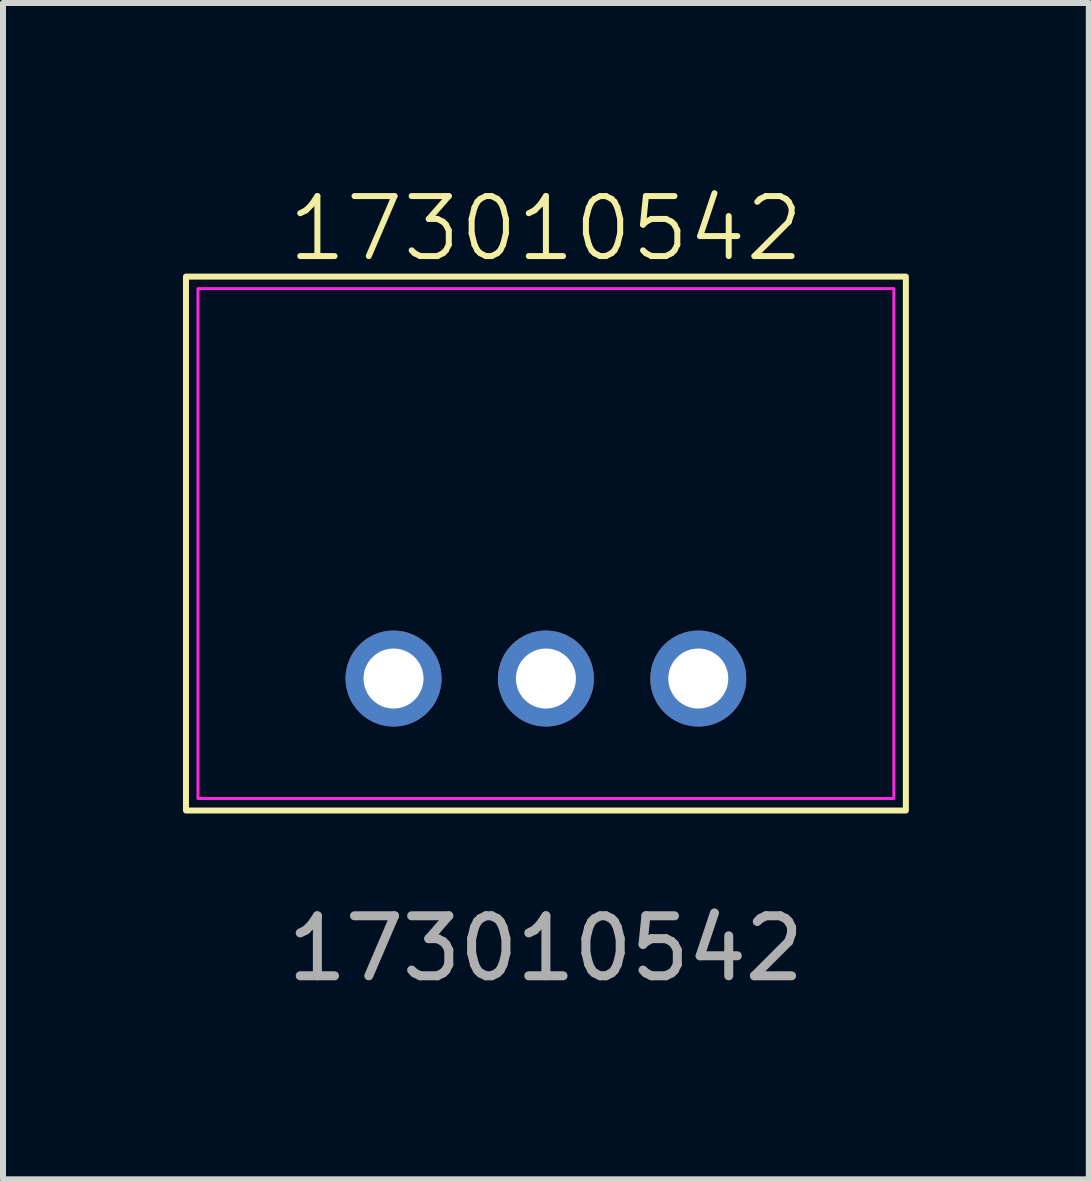
<source format=kicad_pcb>
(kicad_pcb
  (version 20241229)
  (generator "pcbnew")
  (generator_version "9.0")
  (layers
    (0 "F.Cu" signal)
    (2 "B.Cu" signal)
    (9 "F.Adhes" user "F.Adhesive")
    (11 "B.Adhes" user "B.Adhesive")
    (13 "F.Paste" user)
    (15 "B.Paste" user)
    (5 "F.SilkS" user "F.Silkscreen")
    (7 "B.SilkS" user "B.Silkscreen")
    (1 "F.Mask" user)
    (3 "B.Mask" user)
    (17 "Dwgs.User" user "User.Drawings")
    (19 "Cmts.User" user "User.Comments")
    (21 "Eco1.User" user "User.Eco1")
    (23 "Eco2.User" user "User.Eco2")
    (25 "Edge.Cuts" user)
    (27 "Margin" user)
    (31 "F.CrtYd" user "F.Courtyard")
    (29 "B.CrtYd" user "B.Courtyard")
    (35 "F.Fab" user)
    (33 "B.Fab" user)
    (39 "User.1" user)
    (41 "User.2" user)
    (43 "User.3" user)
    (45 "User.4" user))
  (footprint "173010542"
    (layer "F.Cu")
    (at 6.05 8.261)
    (property "Reference" "173010542" (at 0 -7.5 0) (unlocked yes) (layer "F.SilkS") (effects (font (size 1 1) (thickness 0.1))))
    (attr through_hole)
    (fp_rect (start -6 -6.7) (end 6 2.2) (stroke (width 0.1) (type default)) (fill no) (layer "F.SilkS"))
    (fp_rect (start -5.8 -6.5) (end 5.8 2) (stroke (width 0.05) (type default)) (fill no) (layer "F.CrtYd"))
    (fp_text user "${REFERENCE}" (at 0 4.5 0) (unlocked yes) (layer "F.Fab") (effects (font (size 1 1) (thickness 0.15))))
    (pad "1" thru_hole circle (at -2.54 0) (size 1.6 1.6) (drill 1) (layers "*.Cu" "*.Mask"))
    (pad "2" thru_hole circle (at 0 0) (size 1.6 1.6) (drill 1) (layers "*.Cu" "*.Mask"))
    (pad "3" thru_hole circle (at 2.54 0) (size 1.6 1.6) (drill 1) (layers "*.Cu" "*.Mask")))
  (gr_rect
    (start -3 -3)
    (end 15.1 16.609)
    (stroke (width 0.1) (type default))
    (fill no)
    (layer "Edge.Cuts")))
</source>
